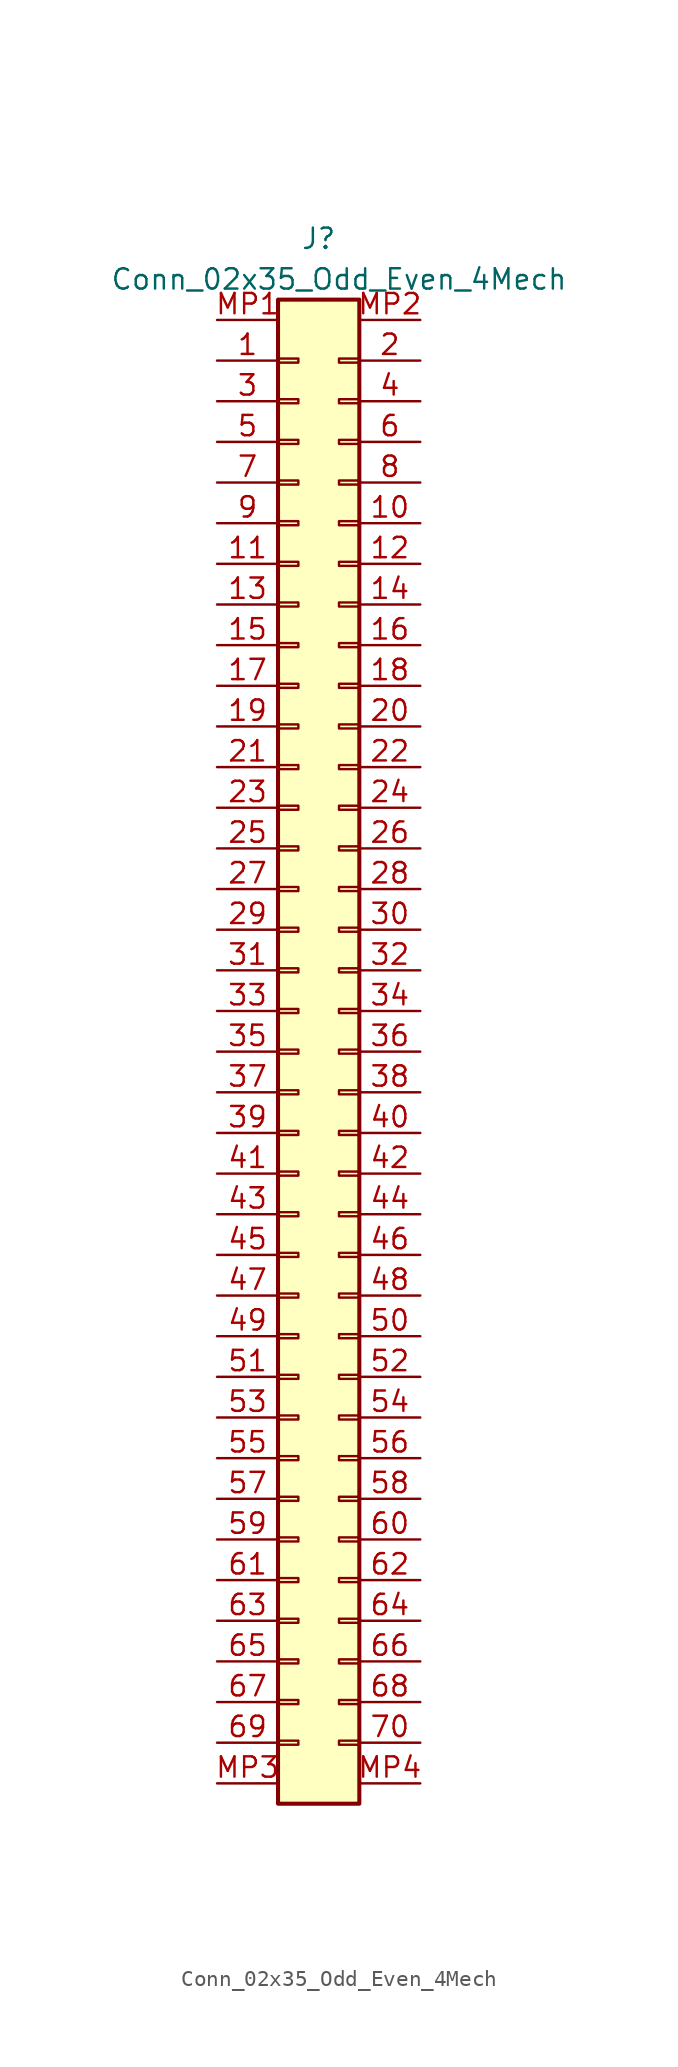
<source format=kicad_sym>
(kicad_symbol_lib
  (version 20211014)
  (generator kicad_symbol_editor)
  (symbol "Conn_02x35_Odd_Even_4Mech"
    (pin_names hide)
    (property "Reference" "J"
      (at 0 52.07 0)
      (effects (font (size 1.27 1.27))))
    (property "Value" "Conn_02x35_Odd_Even_4Mech"
      (at 1.27 49.53 0)
      (effects (font (size 1.27 1.27))))
    (symbol "Conn_02x35_Odd_Even_4Mech_1_1"
      (rectangle (start -2.54 -41.783) (end -1.27 -42.037) (stroke (width 0.152) (type default) (color 0 0 0 0)) (fill (type none)))
      (rectangle (start -2.54 -39.243) (end -1.27 -39.497) (stroke (width 0.152) (type default) (color 0 0 0 0)) (fill (type none)))
      (rectangle (start -2.54 -36.703) (end -1.27 -36.957) (stroke (width 0.152) (type default) (color 0 0 0 0)) (fill (type none)))
      (rectangle (start -2.54 -34.163) (end -1.27 -34.417) (stroke (width 0.152) (type default) (color 0 0 0 0)) (fill (type none)))
      (rectangle (start -2.54 -31.623) (end -1.27 -31.877) (stroke (width 0.152) (type default) (color 0 0 0 0)) (fill (type none)))
      (rectangle (start -2.54 -29.083) (end -1.27 -29.337) (stroke (width 0.152) (type default) (color 0 0 0 0)) (fill (type none)))
      (rectangle (start -2.54 -26.543) (end -1.27 -26.797) (stroke (width 0.152) (type default) (color 0 0 0 0)) (fill (type none)))
      (rectangle (start -2.54 -24.003) (end -1.27 -24.257) (stroke (width 0.152) (type default) (color 0 0 0 0)) (fill (type none)))
      (rectangle (start -2.54 -21.463) (end -1.27 -21.717) (stroke (width 0.152) (type default) (color 0 0 0 0)) (fill (type none)))
      (rectangle (start -2.54 -18.923) (end -1.27 -19.177) (stroke (width 0.152) (type default) (color 0 0 0 0)) (fill (type none)))
      (rectangle (start -2.54 -16.383) (end -1.27 -16.637) (stroke (width 0.152) (type default) (color 0 0 0 0)) (fill (type none)))
      (rectangle (start -2.54 -13.843) (end -1.27 -14.097) (stroke (width 0.152) (type default) (color 0 0 0 0)) (fill (type none)))
      (rectangle (start -2.54 -11.303) (end -1.27 -11.557) (stroke (width 0.152) (type default) (color 0 0 0 0)) (fill (type none)))
      (rectangle (start -2.54 -8.763) (end -1.27 -9.017) (stroke (width 0.152) (type default) (color 0 0 0 0)) (fill (type none)))
      (rectangle (start -2.54 -6.223) (end -1.27 -6.477) (stroke (width 0.152) (type default) (color 0 0 0 0)) (fill (type none)))
      (rectangle (start -2.54 -3.683) (end -1.27 -3.937) (stroke (width 0.152) (type default) (color 0 0 0 0)) (fill (type none)))
      (rectangle (start -2.54 -1.143) (end -1.27 -1.397) (stroke (width 0.152) (type default) (color 0 0 0 0)) (fill (type none)))
      (rectangle (start -2.54 1.397) (end -1.27 1.143) (stroke (width 0.152) (type default) (color 0 0 0 0)) (fill (type none)))
      (rectangle (start -2.54 3.937) (end -1.27 3.683) (stroke (width 0.152) (type default) (color 0 0 0 0)) (fill (type none)))
      (rectangle (start -2.54 6.477) (end -1.27 6.223) (stroke (width 0.152) (type default) (color 0 0 0 0)) (fill (type none)))
      (rectangle (start -2.54 9.017) (end -1.27 8.763) (stroke (width 0.152) (type default) (color 0 0 0 0)) (fill (type none)))
      (rectangle (start -2.54 11.557) (end -1.27 11.303) (stroke (width 0.152) (type default) (color 0 0 0 0)) (fill (type none)))
      (rectangle (start -2.54 14.097) (end -1.27 13.843) (stroke (width 0.152) (type default) (color 0 0 0 0)) (fill (type none)))
      (rectangle (start -2.54 16.637) (end -1.27 16.383) (stroke (width 0.152) (type default) (color 0 0 0 0)) (fill (type none)))
      (rectangle (start -2.54 19.177) (end -1.27 18.923) (stroke (width 0.152) (type default) (color 0 0 0 0)) (fill (type none)))
      (rectangle (start -2.54 21.717) (end -1.27 21.463) (stroke (width 0.152) (type default) (color 0 0 0 0)) (fill (type none)))
      (rectangle (start -2.54 24.257) (end -1.27 24.003) (stroke (width 0.152) (type default) (color 0 0 0 0)) (fill (type none)))
      (rectangle (start -2.54 26.797) (end -1.27 26.543) (stroke (width 0.152) (type default) (color 0 0 0 0)) (fill (type none)))
      (rectangle (start -2.54 29.337) (end -1.27 29.083) (stroke (width 0.152) (type default) (color 0 0 0 0)) (fill (type none)))
      (rectangle (start -2.54 31.877) (end -1.27 31.623) (stroke (width 0.152) (type default) (color 0 0 0 0)) (fill (type none)))
      (rectangle (start -2.54 34.417) (end -1.27 34.163) (stroke (width 0.152) (type default) (color 0 0 0 0)) (fill (type none)))
      (rectangle (start -2.54 36.957) (end -1.27 36.703) (stroke (width 0.152) (type default) (color 0 0 0 0)) (fill (type none)))
      (rectangle (start -2.54 39.497) (end -1.27 39.243) (stroke (width 0.152) (type default) (color 0 0 0 0)) (fill (type none)))
      (rectangle (start -2.54 42.037) (end -1.27 41.783) (stroke (width 0.152) (type default) (color 0 0 0 0)) (fill (type none)))
      (rectangle (start -2.54 44.577) (end -1.27 44.323) (stroke (width 0.152) (type default) (color 0 0 0 0)) (fill (type none)))
      (rectangle (start -2.54 48.26) (end 2.54 -45.72) (stroke (width 0.254) (type default) (color 0 0 0 0)) (fill (type background)))
      (rectangle (start 2.54 -41.783) (end 1.27 -42.037) (stroke (width 0.152) (type default) (color 0 0 0 0)) (fill (type none)))
      (rectangle (start 2.54 -39.243) (end 1.27 -39.497) (stroke (width 0.152) (type default) (color 0 0 0 0)) (fill (type none)))
      (rectangle (start 2.54 -36.703) (end 1.27 -36.957) (stroke (width 0.152) (type default) (color 0 0 0 0)) (fill (type none)))
      (rectangle (start 2.54 -34.163) (end 1.27 -34.417) (stroke (width 0.152) (type default) (color 0 0 0 0)) (fill (type none)))
      (rectangle (start 2.54 -31.623) (end 1.27 -31.877) (stroke (width 0.152) (type default) (color 0 0 0 0)) (fill (type none)))
      (rectangle (start 2.54 -29.083) (end 1.27 -29.337) (stroke (width 0.152) (type default) (color 0 0 0 0)) (fill (type none)))
      (rectangle (start 2.54 -26.543) (end 1.27 -26.797) (stroke (width 0.152) (type default) (color 0 0 0 0)) (fill (type none)))
      (rectangle (start 2.54 -24.003) (end 1.27 -24.257) (stroke (width 0.152) (type default) (color 0 0 0 0)) (fill (type none)))
      (rectangle (start 2.54 -21.463) (end 1.27 -21.717) (stroke (width 0.152) (type default) (color 0 0 0 0)) (fill (type none)))
      (rectangle (start 2.54 -18.923) (end 1.27 -19.177) (stroke (width 0.152) (type default) (color 0 0 0 0)) (fill (type none)))
      (rectangle (start 2.54 -16.383) (end 1.27 -16.637) (stroke (width 0.152) (type default) (color 0 0 0 0)) (fill (type none)))
      (rectangle (start 2.54 -13.843) (end 1.27 -14.097) (stroke (width 0.152) (type default) (color 0 0 0 0)) (fill (type none)))
      (rectangle (start 2.54 -11.303) (end 1.27 -11.557) (stroke (width 0.152) (type default) (color 0 0 0 0)) (fill (type none)))
      (rectangle (start 2.54 -8.763) (end 1.27 -9.017) (stroke (width 0.152) (type default) (color 0 0 0 0)) (fill (type none)))
      (rectangle (start 2.54 -6.223) (end 1.27 -6.477) (stroke (width 0.152) (type default) (color 0 0 0 0)) (fill (type none)))
      (rectangle (start 2.54 -3.683) (end 1.27 -3.937) (stroke (width 0.152) (type default) (color 0 0 0 0)) (fill (type none)))
      (rectangle (start 2.54 -1.143) (end 1.27 -1.397) (stroke (width 0.152) (type default) (color 0 0 0 0)) (fill (type none)))
      (rectangle (start 2.54 1.397) (end 1.27 1.143) (stroke (width 0.152) (type default) (color 0 0 0 0)) (fill (type none)))
      (rectangle (start 2.54 3.937) (end 1.27 3.683) (stroke (width 0.152) (type default) (color 0 0 0 0)) (fill (type none)))
      (rectangle (start 2.54 6.477) (end 1.27 6.223) (stroke (width 0.152) (type default) (color 0 0 0 0)) (fill (type none)))
      (rectangle (start 2.54 9.017) (end 1.27 8.763) (stroke (width 0.152) (type default) (color 0 0 0 0)) (fill (type none)))
      (rectangle (start 2.54 11.557) (end 1.27 11.303) (stroke (width 0.152) (type default) (color 0 0 0 0)) (fill (type none)))
      (rectangle (start 2.54 14.097) (end 1.27 13.843) (stroke (width 0.152) (type default) (color 0 0 0 0)) (fill (type none)))
      (rectangle (start 2.54 16.637) (end 1.27 16.383) (stroke (width 0.152) (type default) (color 0 0 0 0)) (fill (type none)))
      (rectangle (start 2.54 19.177) (end 1.27 18.923) (stroke (width 0.152) (type default) (color 0 0 0 0)) (fill (type none)))
      (rectangle (start 2.54 21.717) (end 1.27 21.463) (stroke (width 0.152) (type default) (color 0 0 0 0)) (fill (type none)))
      (rectangle (start 2.54 24.257) (end 1.27 24.003) (stroke (width 0.152) (type default) (color 0 0 0 0)) (fill (type none)))
      (rectangle (start 2.54 26.797) (end 1.27 26.543) (stroke (width 0.152) (type default) (color 0 0 0 0)) (fill (type none)))
      (rectangle (start 2.54 29.337) (end 1.27 29.083) (stroke (width 0.152) (type default) (color 0 0 0 0)) (fill (type none)))
      (rectangle (start 2.54 31.877) (end 1.27 31.623) (stroke (width 0.152) (type default) (color 0 0 0 0)) (fill (type none)))
      (rectangle (start 2.54 34.417) (end 1.27 34.163) (stroke (width 0.152) (type default) (color 0 0 0 0)) (fill (type none)))
      (rectangle (start 2.54 36.957) (end 1.27 36.703) (stroke (width 0.152) (type default) (color 0 0 0 0)) (fill (type none)))
      (rectangle (start 2.54 39.497) (end 1.27 39.243) (stroke (width 0.152) (type default) (color 0 0 0 0)) (fill (type none)))
      (rectangle (start 2.54 42.037) (end 1.27 41.783) (stroke (width 0.152) (type default) (color 0 0 0 0)) (fill (type none)))
      (rectangle (start 2.54 44.577) (end 1.27 44.323) (stroke (width 0.152) (type default) (color 0 0 0 0)) (fill (type none)))
      (pin passive line (at -6.35 44.45 0) (length 3.81) (name "Pin_1" (effects (font (size 1.27 1.27)))) (number "1" (effects (font (size 1.27 1.27)))))
      (pin passive line (at 6.35 34.29 180) (length 3.81) (name "Pin_10" (effects (font (size 1.27 1.27)))) (number "10" (effects (font (size 1.27 1.27)))))
      (pin passive line (at -6.35 31.75 0) (length 3.81) (name "Pin_11" (effects (font (size 1.27 1.27)))) (number "11" (effects (font (size 1.27 1.27)))))
      (pin passive line (at 6.35 31.75 180) (length 3.81) (name "Pin_12" (effects (font (size 1.27 1.27)))) (number "12" (effects (font (size 1.27 1.27)))))
      (pin passive line (at -6.35 29.21 0) (length 3.81) (name "Pin_13" (effects (font (size 1.27 1.27)))) (number "13" (effects (font (size 1.27 1.27)))))
      (pin passive line (at 6.35 29.21 180) (length 3.81) (name "Pin_14" (effects (font (size 1.27 1.27)))) (number "14" (effects (font (size 1.27 1.27)))))
      (pin passive line (at -6.35 26.67 0) (length 3.81) (name "Pin_15" (effects (font (size 1.27 1.27)))) (number "15" (effects (font (size 1.27 1.27)))))
      (pin passive line (at 6.35 26.67 180) (length 3.81) (name "Pin_16" (effects (font (size 1.27 1.27)))) (number "16" (effects (font (size 1.27 1.27)))))
      (pin passive line (at -6.35 24.13 0) (length 3.81) (name "Pin_17" (effects (font (size 1.27 1.27)))) (number "17" (effects (font (size 1.27 1.27)))))
      (pin passive line (at 6.35 24.13 180) (length 3.81) (name "Pin_18" (effects (font (size 1.27 1.27)))) (number "18" (effects (font (size 1.27 1.27)))))
      (pin passive line (at -6.35 21.59 0) (length 3.81) (name "Pin_19" (effects (font (size 1.27 1.27)))) (number "19" (effects (font (size 1.27 1.27)))))
      (pin passive line (at 6.35 44.45 180) (length 3.81) (name "Pin_2" (effects (font (size 1.27 1.27)))) (number "2" (effects (font (size 1.27 1.27)))))
      (pin passive line (at 6.35 21.59 180) (length 3.81) (name "Pin_20" (effects (font (size 1.27 1.27)))) (number "20" (effects (font (size 1.27 1.27)))))
      (pin passive line (at -6.35 19.05 0) (length 3.81) (name "Pin_21" (effects (font (size 1.27 1.27)))) (number "21" (effects (font (size 1.27 1.27)))))
      (pin passive line (at 6.35 19.05 180) (length 3.81) (name "Pin_22" (effects (font (size 1.27 1.27)))) (number "22" (effects (font (size 1.27 1.27)))))
      (pin passive line (at -6.35 16.51 0) (length 3.81) (name "Pin_23" (effects (font (size 1.27 1.27)))) (number "23" (effects (font (size 1.27 1.27)))))
      (pin passive line (at 6.35 16.51 180) (length 3.81) (name "Pin_24" (effects (font (size 1.27 1.27)))) (number "24" (effects (font (size 1.27 1.27)))))
      (pin passive line (at -6.35 13.97 0) (length 3.81) (name "Pin_25" (effects (font (size 1.27 1.27)))) (number "25" (effects (font (size 1.27 1.27)))))
      (pin passive line (at 6.35 13.97 180) (length 3.81) (name "Pin_26" (effects (font (size 1.27 1.27)))) (number "26" (effects (font (size 1.27 1.27)))))
      (pin passive line (at -6.35 11.43 0) (length 3.81) (name "Pin_27" (effects (font (size 1.27 1.27)))) (number "27" (effects (font (size 1.27 1.27)))))
      (pin passive line (at 6.35 11.43 180) (length 3.81) (name "Pin_28" (effects (font (size 1.27 1.27)))) (number "28" (effects (font (size 1.27 1.27)))))
      (pin passive line (at -6.35 8.89 0) (length 3.81) (name "Pin_29" (effects (font (size 1.27 1.27)))) (number "29" (effects (font (size 1.27 1.27)))))
      (pin passive line (at -6.35 41.91 0) (length 3.81) (name "Pin_3" (effects (font (size 1.27 1.27)))) (number "3" (effects (font (size 1.27 1.27)))))
      (pin passive line (at 6.35 8.89 180) (length 3.81) (name "Pin_30" (effects (font (size 1.27 1.27)))) (number "30" (effects (font (size 1.27 1.27)))))
      (pin passive line (at -6.35 6.35 0) (length 3.81) (name "Pin_31" (effects (font (size 1.27 1.27)))) (number "31" (effects (font (size 1.27 1.27)))))
      (pin passive line (at 6.35 6.35 180) (length 3.81) (name "Pin_32" (effects (font (size 1.27 1.27)))) (number "32" (effects (font (size 1.27 1.27)))))
      (pin passive line (at -6.35 3.81 0) (length 3.81) (name "Pin_33" (effects (font (size 1.27 1.27)))) (number "33" (effects (font (size 1.27 1.27)))))
      (pin passive line (at 6.35 3.81 180) (length 3.81) (name "Pin_34" (effects (font (size 1.27 1.27)))) (number "34" (effects (font (size 1.27 1.27)))))
      (pin passive line (at -6.35 1.27 0) (length 3.81) (name "Pin_35" (effects (font (size 1.27 1.27)))) (number "35" (effects (font (size 1.27 1.27)))))
      (pin passive line (at 6.35 1.27 180) (length 3.81) (name "Pin_36" (effects (font (size 1.27 1.27)))) (number "36" (effects (font (size 1.27 1.27)))))
      (pin passive line (at -6.35 -1.27 0) (length 3.81) (name "Pin_37" (effects (font (size 1.27 1.27)))) (number "37" (effects (font (size 1.27 1.27)))))
      (pin passive line (at 6.35 -1.27 180) (length 3.81) (name "Pin_38" (effects (font (size 1.27 1.27)))) (number "38" (effects (font (size 1.27 1.27)))))
      (pin passive line (at -6.35 -3.81 0) (length 3.81) (name "Pin_39" (effects (font (size 1.27 1.27)))) (number "39" (effects (font (size 1.27 1.27)))))
      (pin passive line (at 6.35 41.91 180) (length 3.81) (name "Pin_4" (effects (font (size 1.27 1.27)))) (number "4" (effects (font (size 1.27 1.27)))))
      (pin passive line (at 6.35 -3.81 180) (length 3.81) (name "Pin_40" (effects (font (size 1.27 1.27)))) (number "40" (effects (font (size 1.27 1.27)))))
      (pin passive line (at -6.35 -6.35 0) (length 3.81) (name "Pin_41" (effects (font (size 1.27 1.27)))) (number "41" (effects (font (size 1.27 1.27)))))
      (pin passive line (at 6.35 -6.35 180) (length 3.81) (name "Pin_42" (effects (font (size 1.27 1.27)))) (number "42" (effects (font (size 1.27 1.27)))))
      (pin passive line (at -6.35 -8.89 0) (length 3.81) (name "Pin_43" (effects (font (size 1.27 1.27)))) (number "43" (effects (font (size 1.27 1.27)))))
      (pin passive line (at 6.35 -8.89 180) (length 3.81) (name "Pin_44" (effects (font (size 1.27 1.27)))) (number "44" (effects (font (size 1.27 1.27)))))
      (pin passive line (at -6.35 -11.43 0) (length 3.81) (name "Pin_45" (effects (font (size 1.27 1.27)))) (number "45" (effects (font (size 1.27 1.27)))))
      (pin passive line (at 6.35 -11.43 180) (length 3.81) (name "Pin_46" (effects (font (size 1.27 1.27)))) (number "46" (effects (font (size 1.27 1.27)))))
      (pin passive line (at -6.35 -13.97 0) (length 3.81) (name "Pin_47" (effects (font (size 1.27 1.27)))) (number "47" (effects (font (size 1.27 1.27)))))
      (pin passive line (at 6.35 -13.97 180) (length 3.81) (name "Pin_48" (effects (font (size 1.27 1.27)))) (number "48" (effects (font (size 1.27 1.27)))))
      (pin passive line (at -6.35 -16.51 0) (length 3.81) (name "Pin_49" (effects (font (size 1.27 1.27)))) (number "49" (effects (font (size 1.27 1.27)))))
      (pin passive line (at -6.35 39.37 0) (length 3.81) (name "Pin_5" (effects (font (size 1.27 1.27)))) (number "5" (effects (font (size 1.27 1.27)))))
      (pin passive line (at 6.35 -16.51 180) (length 3.81) (name "Pin_50" (effects (font (size 1.27 1.27)))) (number "50" (effects (font (size 1.27 1.27)))))
      (pin passive line (at -6.35 -19.05 0) (length 3.81) (name "Pin_51" (effects (font (size 1.27 1.27)))) (number "51" (effects (font (size 1.27 1.27)))))
      (pin passive line (at 6.35 -19.05 180) (length 3.81) (name "Pin_52" (effects (font (size 1.27 1.27)))) (number "52" (effects (font (size 1.27 1.27)))))
      (pin passive line (at -6.35 -21.59 0) (length 3.81) (name "Pin_53" (effects (font (size 1.27 1.27)))) (number "53" (effects (font (size 1.27 1.27)))))
      (pin passive line (at 6.35 -21.59 180) (length 3.81) (name "Pin_54" (effects (font (size 1.27 1.27)))) (number "54" (effects (font (size 1.27 1.27)))))
      (pin passive line (at -6.35 -24.13 0) (length 3.81) (name "Pin_55" (effects (font (size 1.27 1.27)))) (number "55" (effects (font (size 1.27 1.27)))))
      (pin passive line (at 6.35 -24.13 180) (length 3.81) (name "Pin_56" (effects (font (size 1.27 1.27)))) (number "56" (effects (font (size 1.27 1.27)))))
      (pin passive line (at -6.35 -26.67 0) (length 3.81) (name "Pin_57" (effects (font (size 1.27 1.27)))) (number "57" (effects (font (size 1.27 1.27)))))
      (pin passive line (at 6.35 -26.67 180) (length 3.81) (name "Pin_58" (effects (font (size 1.27 1.27)))) (number "58" (effects (font (size 1.27 1.27)))))
      (pin passive line (at -6.35 -29.21 0) (length 3.81) (name "Pin_59" (effects (font (size 1.27 1.27)))) (number "59" (effects (font (size 1.27 1.27)))))
      (pin passive line (at 6.35 39.37 180) (length 3.81) (name "Pin_6" (effects (font (size 1.27 1.27)))) (number "6" (effects (font (size 1.27 1.27)))))
      (pin passive line (at 6.35 -29.21 180) (length 3.81) (name "Pin_60" (effects (font (size 1.27 1.27)))) (number "60" (effects (font (size 1.27 1.27)))))
      (pin passive line (at -6.35 -31.75 0) (length 3.81) (name "Pin_61" (effects (font (size 1.27 1.27)))) (number "61" (effects (font (size 1.27 1.27)))))
      (pin passive line (at 6.35 -31.75 180) (length 3.81) (name "Pin_62" (effects (font (size 1.27 1.27)))) (number "62" (effects (font (size 1.27 1.27)))))
      (pin passive line (at -6.35 -34.29 0) (length 3.81) (name "Pin_63" (effects (font (size 1.27 1.27)))) (number "63" (effects (font (size 1.27 1.27)))))
      (pin passive line (at 6.35 -34.29 180) (length 3.81) (name "Pin_64" (effects (font (size 1.27 1.27)))) (number "64" (effects (font (size 1.27 1.27)))))
      (pin passive line (at -6.35 -36.83 0) (length 3.81) (name "Pin_65" (effects (font (size 1.27 1.27)))) (number "65" (effects (font (size 1.27 1.27)))))
      (pin passive line (at 6.35 -36.83 180) (length 3.81) (name "Pin_66" (effects (font (size 1.27 1.27)))) (number "66" (effects (font (size 1.27 1.27)))))
      (pin passive line (at -6.35 -39.37 0) (length 3.81) (name "Pin_67" (effects (font (size 1.27 1.27)))) (number "67" (effects (font (size 1.27 1.27)))))
      (pin passive line (at 6.35 -39.37 180) (length 3.81) (name "Pin_68" (effects (font (size 1.27 1.27)))) (number "68" (effects (font (size 1.27 1.27)))))
      (pin passive line (at -6.35 -41.91 0) (length 3.81) (name "Pin_69" (effects (font (size 1.27 1.27)))) (number "69" (effects (font (size 1.27 1.27)))))
      (pin passive line (at -6.35 36.83 0) (length 3.81) (name "Pin_7" (effects (font (size 1.27 1.27)))) (number "7" (effects (font (size 1.27 1.27)))))
      (pin passive line (at 6.35 -41.91 180) (length 3.81) (name "Pin_70" (effects (font (size 1.27 1.27)))) (number "70" (effects (font (size 1.27 1.27)))))
      (pin passive line (at 6.35 36.83 180) (length 3.81) (name "Pin_8" (effects (font (size 1.27 1.27)))) (number "8" (effects (font (size 1.27 1.27)))))
      (pin passive line (at -6.35 34.29 0) (length 3.81) (name "Pin_9" (effects (font (size 1.27 1.27)))) (number "9" (effects (font (size 1.27 1.27)))))
      (pin passive line (at -6.35 46.99 0) (length 3.81) (name "MountPin1" (effects (font (size 1.27 1.27)))) (number "MP1" (effects (font (size 1.27 1.27)))))
      (pin passive line (at 6.35 46.99 180) (length 3.81) (name "MountPin2" (effects (font (size 1.27 1.27)))) (number "MP2" (effects (font (size 1.27 1.27)))))
      (pin passive line (at -6.35 -44.45 0) (length 3.81) (name "MountPin3" (effects (font (size 1.27 1.27)))) (number "MP3" (effects (font (size 1.27 1.27)))))
      (pin passive line (at 6.35 -44.45 180) (length 3.81) (name "MountPin4" (effects (font (size 1.27 1.27)))) (number "MP4" (effects (font (size 1.27 1.27))))))))
</source>
